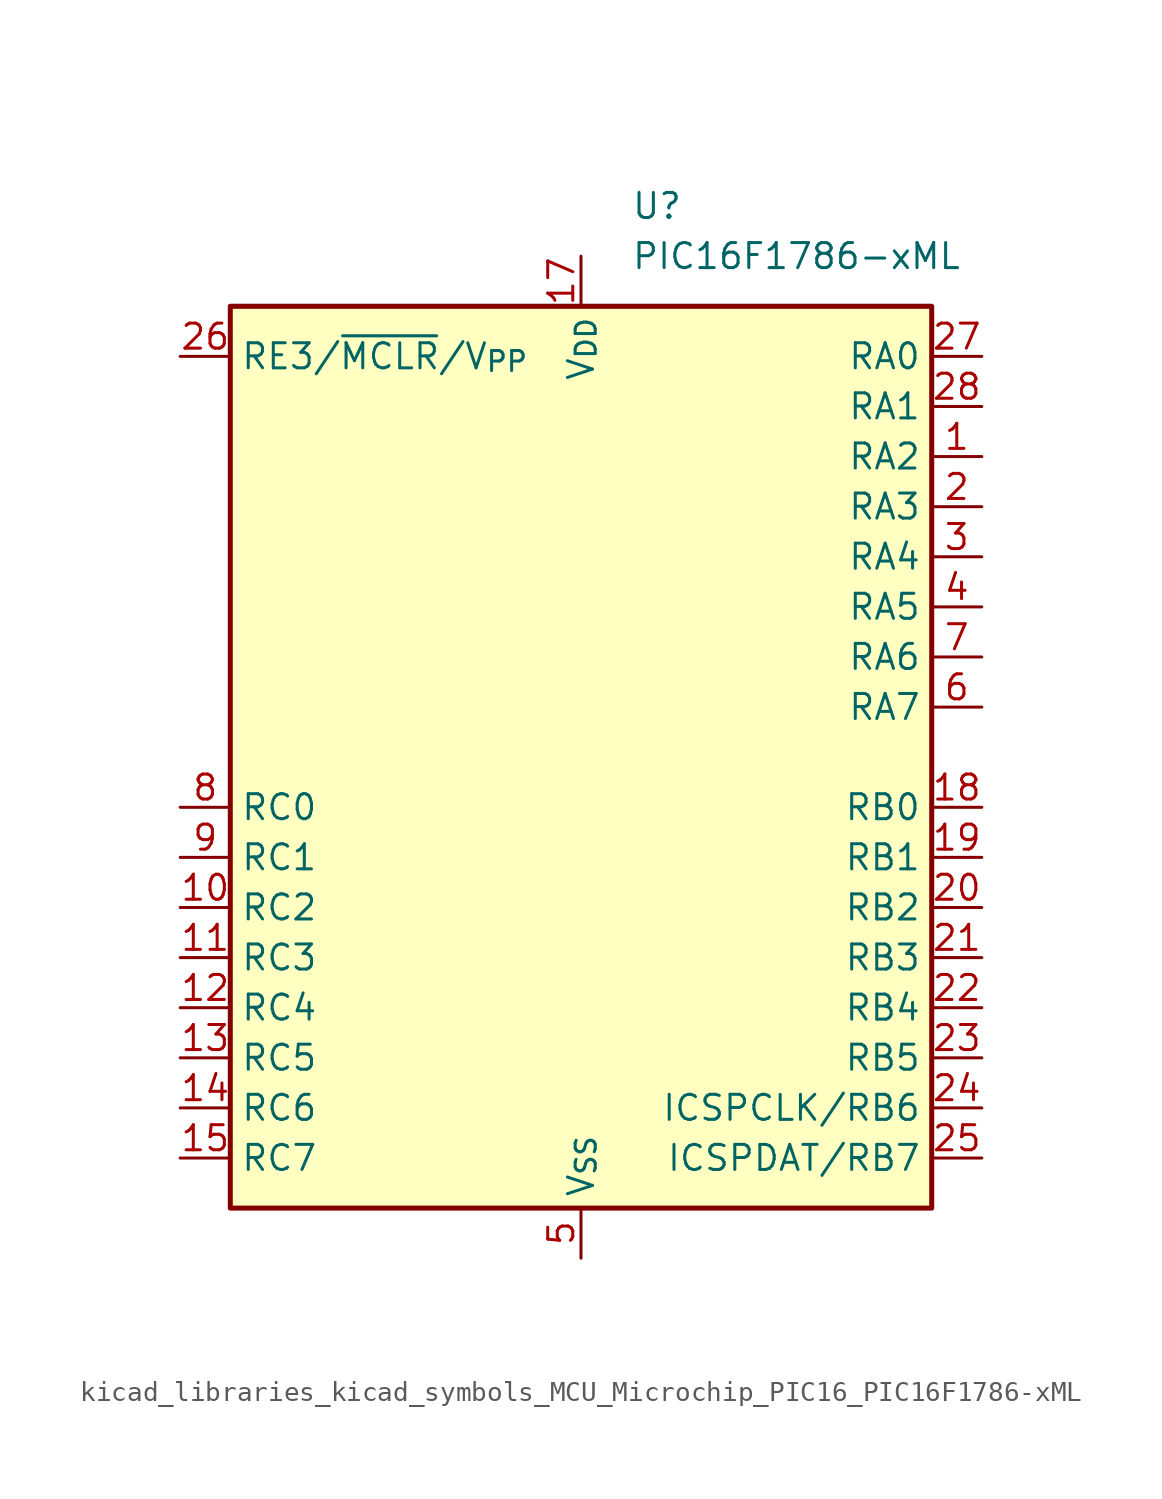
<source format=kicad_sym>
(kicad_symbol_lib
  (version 20220914)
  (generator kicad_symbol_editor)
  (symbol "kicad_libraries_kicad_symbols_MCU_Microchip_PIC16_PIC16F1786-xML"
    (property "Reference" "U"
      (at 2.54 27.94 0)
      (effects (font (size 1.27 1.27)) (justify left)))
    (property "Value" "PIC16F1786-xML"
      (at 2.54 25.4 0)
      (effects (font (size 1.27 1.27)) (justify left)))
    (symbol "kicad_libraries_kicad_symbols_MCU_Microchip_PIC16_PIC16F1786-xML_0_1"
      (rectangle (start -17.78 -22.86) (end 17.78 22.86) (stroke (width 0.254) (type default)) (fill (type background))))
    (symbol "kicad_libraries_kicad_symbols_MCU_Microchip_PIC16_PIC16F1786-xML_1_1"
      (pin bidirectional line (at 20.32 15.24 180) (length 2.54) (name "RA2" (effects (font (size 1.27 1.27)))) (number "1" (effects (font (size 1.27 1.27)))))
      (pin bidirectional line (at -20.32 -7.62 0) (length 2.54) (name "RC2" (effects (font (size 1.27 1.27)))) (number "10" (effects (font (size 1.27 1.27)))))
      (pin bidirectional line (at -20.32 -10.16 0) (length 2.54) (name "RC3" (effects (font (size 1.27 1.27)))) (number "11" (effects (font (size 1.27 1.27)))))
      (pin bidirectional line (at -20.32 -12.7 0) (length 2.54) (name "RC4" (effects (font (size 1.27 1.27)))) (number "12" (effects (font (size 1.27 1.27)))))
      (pin bidirectional line (at -20.32 -15.24 0) (length 2.54) (name "RC5" (effects (font (size 1.27 1.27)))) (number "13" (effects (font (size 1.27 1.27)))))
      (pin bidirectional line (at -20.32 -17.78 0) (length 2.54) (name "RC6" (effects (font (size 1.27 1.27)))) (number "14" (effects (font (size 1.27 1.27)))))
      (pin bidirectional line (at -20.32 -20.32 0) (length 2.54) (name "RC7" (effects (font (size 1.27 1.27)))) (number "15" (effects (font (size 1.27 1.27)))))
      (pin passive line (at 0 -25.4 90) (length 2.54) hide (name "V_{SS}" (effects (font (size 1.27 1.27)))) (number "16" (effects (font (size 1.27 1.27)))))
      (pin power_in line (at 0 25.4 270) (length 2.54) (name "V_{DD}" (effects (font (size 1.27 1.27)))) (number "17" (effects (font (size 1.27 1.27)))))
      (pin bidirectional line (at 20.32 -2.54 180) (length 2.54) (name "RB0" (effects (font (size 1.27 1.27)))) (number "18" (effects (font (size 1.27 1.27)))))
      (pin bidirectional line (at 20.32 -5.08 180) (length 2.54) (name "RB1" (effects (font (size 1.27 1.27)))) (number "19" (effects (font (size 1.27 1.27)))))
      (pin bidirectional line (at 20.32 12.7 180) (length 2.54) (name "RA3" (effects (font (size 1.27 1.27)))) (number "2" (effects (font (size 1.27 1.27)))))
      (pin bidirectional line (at 20.32 -7.62 180) (length 2.54) (name "RB2" (effects (font (size 1.27 1.27)))) (number "20" (effects (font (size 1.27 1.27)))))
      (pin bidirectional line (at 20.32 -10.16 180) (length 2.54) (name "RB3" (effects (font (size 1.27 1.27)))) (number "21" (effects (font (size 1.27 1.27)))))
      (pin bidirectional line (at 20.32 -12.7 180) (length 2.54) (name "RB4" (effects (font (size 1.27 1.27)))) (number "22" (effects (font (size 1.27 1.27)))))
      (pin bidirectional line (at 20.32 -15.24 180) (length 2.54) (name "RB5" (effects (font (size 1.27 1.27)))) (number "23" (effects (font (size 1.27 1.27)))))
      (pin bidirectional line (at 20.32 -17.78 180) (length 2.54) (name "ICSPCLK/RB6" (effects (font (size 1.27 1.27)))) (number "24" (effects (font (size 1.27 1.27)))))
      (pin bidirectional line (at 20.32 -20.32 180) (length 2.54) (name "ICSPDAT/RB7" (effects (font (size 1.27 1.27)))) (number "25" (effects (font (size 1.27 1.27)))))
      (pin input line (at -20.32 20.32 0) (length 2.54) (name "RE3/~{MCLR}/V_{PP}" (effects (font (size 1.27 1.27)))) (number "26" (effects (font (size 1.27 1.27)))))
      (pin bidirectional line (at 20.32 20.32 180) (length 2.54) (name "RA0" (effects (font (size 1.27 1.27)))) (number "27" (effects (font (size 1.27 1.27)))))
      (pin bidirectional line (at 20.32 17.78 180) (length 2.54) (name "RA1" (effects (font (size 1.27 1.27)))) (number "28" (effects (font (size 1.27 1.27)))))
      (pin bidirectional line (at 20.32 10.16 180) (length 2.54) (name "RA4" (effects (font (size 1.27 1.27)))) (number "3" (effects (font (size 1.27 1.27)))))
      (pin bidirectional line (at 20.32 7.62 180) (length 2.54) (name "RA5" (effects (font (size 1.27 1.27)))) (number "4" (effects (font (size 1.27 1.27)))))
      (pin power_in line (at 0 -25.4 90) (length 2.54) (name "V_{SS}" (effects (font (size 1.27 1.27)))) (number "5" (effects (font (size 1.27 1.27)))))
      (pin bidirectional line (at 20.32 2.54 180) (length 2.54) (name "RA7" (effects (font (size 1.27 1.27)))) (number "6" (effects (font (size 1.27 1.27)))))
      (pin bidirectional line (at 20.32 5.08 180) (length 2.54) (name "RA6" (effects (font (size 1.27 1.27)))) (number "7" (effects (font (size 1.27 1.27)))))
      (pin bidirectional line (at -20.32 -2.54 0) (length 2.54) (name "RC0" (effects (font (size 1.27 1.27)))) (number "8" (effects (font (size 1.27 1.27)))))
      (pin bidirectional line (at -20.32 -5.08 0) (length 2.54) (name "RC1" (effects (font (size 1.27 1.27)))) (number "9" (effects (font (size 1.27 1.27))))))))
</source>
